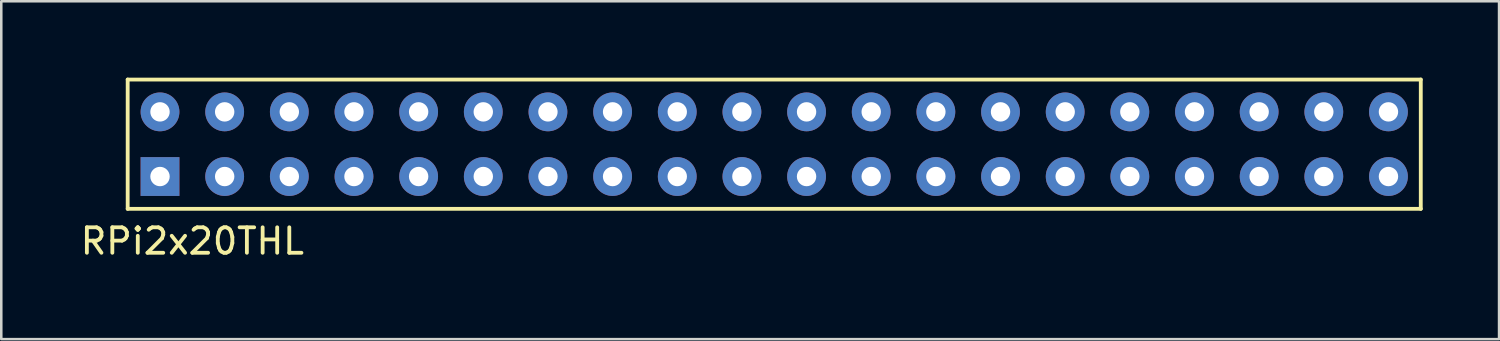
<source format=kicad_pcb>
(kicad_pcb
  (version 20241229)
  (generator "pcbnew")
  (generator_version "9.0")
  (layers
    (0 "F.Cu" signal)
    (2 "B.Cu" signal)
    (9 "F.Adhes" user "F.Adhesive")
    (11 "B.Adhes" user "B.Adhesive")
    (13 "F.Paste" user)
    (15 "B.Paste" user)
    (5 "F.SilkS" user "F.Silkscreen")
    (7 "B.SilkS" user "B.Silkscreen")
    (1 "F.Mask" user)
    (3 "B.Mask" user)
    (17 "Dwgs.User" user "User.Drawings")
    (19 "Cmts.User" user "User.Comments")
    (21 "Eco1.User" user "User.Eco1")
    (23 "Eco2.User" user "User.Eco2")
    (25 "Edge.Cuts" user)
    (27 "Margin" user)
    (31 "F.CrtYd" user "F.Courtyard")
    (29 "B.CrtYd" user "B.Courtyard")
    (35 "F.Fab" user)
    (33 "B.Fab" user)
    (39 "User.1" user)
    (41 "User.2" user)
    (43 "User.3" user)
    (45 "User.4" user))
  (footprint "RPi2x20THL"
    (layer "F.Cu")
    (at 3.236 3.885)
    (property "Reference" "RPi2x20THL" (at 1.27 2.54 0) (layer "F.SilkS") (effects (font (size 1 1) (thickness 0.15))))
    (attr through_hole)
    (fp_line (start -1.27 -3.81) (end 49.53 -3.81) (stroke (width 0.15) (type solid)) (layer "F.SilkS"))
    (fp_line (start -1.27 1.27) (end -1.27 -3.81) (stroke (width 0.15) (type solid)) (layer "F.SilkS"))
    (fp_line (start 49.53 -3.81) (end 49.53 1.27) (stroke (width 0.15) (type solid)) (layer "F.SilkS"))
    (fp_line (start 49.53 1.27) (end -1.27 1.27) (stroke (width 0.15) (type solid)) (layer "F.SilkS"))
    (pad "1" thru_hole rect (at 0 0) (size 1.524 1.524) (drill 0.762) (layers "*.Cu" "*.Mask"))
    (pad "2" thru_hole circle (at 0 -2.54) (size 1.524 1.524) (drill 0.762) (layers "*.Cu" "*.Mask"))
    (pad "3" thru_hole circle (at 2.54 0) (size 1.524 1.524) (drill 0.762) (layers "*.Cu" "*.Mask"))
    (pad "4" thru_hole circle (at 2.54 -2.54) (size 1.524 1.524) (drill 0.762) (layers "*.Cu" "*.Mask"))
    (pad "5" thru_hole circle (at 5.08 0) (size 1.524 1.524) (drill 0.762) (layers "*.Cu" "*.Mask"))
    (pad "6" thru_hole circle (at 5.08 -2.54) (size 1.524 1.524) (drill 0.762) (layers "*.Cu" "*.Mask"))
    (pad "7" thru_hole circle (at 7.62 0) (size 1.524 1.524) (drill 0.762) (layers "*.Cu" "*.Mask"))
    (pad "8" thru_hole circle (at 7.62 -2.54) (size 1.524 1.524) (drill 0.762) (layers "*.Cu" "*.Mask"))
    (pad "9" thru_hole circle (at 10.16 0) (size 1.524 1.524) (drill 0.762) (layers "*.Cu" "*.Mask"))
    (pad "10" thru_hole circle (at 10.16 -2.54) (size 1.524 1.524) (drill 0.762) (layers "*.Cu" "*.Mask"))
    (pad "11" thru_hole circle (at 12.7 0) (size 1.524 1.524) (drill 0.762) (layers "*.Cu" "*.Mask"))
    (pad "12" thru_hole circle (at 12.7 -2.54) (size 1.524 1.524) (drill 0.762) (layers "*.Cu" "*.Mask"))
    (pad "13" thru_hole circle (at 15.24 0) (size 1.524 1.524) (drill 0.762) (layers "*.Cu" "*.Mask"))
    (pad "14" thru_hole circle (at 15.24 -2.54) (size 1.524 1.524) (drill 0.762) (layers "*.Cu" "*.Mask"))
    (pad "15" thru_hole circle (at 17.78 0) (size 1.524 1.524) (drill 0.762) (layers "*.Cu" "*.Mask"))
    (pad "16" thru_hole circle (at 17.78 -2.54) (size 1.524 1.524) (drill 0.762) (layers "*.Cu" "*.Mask"))
    (pad "17" thru_hole circle (at 20.32 0) (size 1.524 1.524) (drill 0.762) (layers "*.Cu" "*.Mask"))
    (pad "18" thru_hole circle (at 20.32 -2.54) (size 1.524 1.524) (drill 0.762) (layers "*.Cu" "*.Mask"))
    (pad "19" thru_hole circle (at 22.86 0) (size 1.524 1.524) (drill 0.762) (layers "*.Cu" "*.Mask"))
    (pad "20" thru_hole circle (at 22.86 -2.54) (size 1.524 1.524) (drill 0.762) (layers "*.Cu" "*.Mask"))
    (pad "21" thru_hole circle (at 25.4 0) (size 1.524 1.524) (drill 0.762) (layers "*.Cu" "*.Mask"))
    (pad "22" thru_hole circle (at 25.4 -2.54) (size 1.524 1.524) (drill 0.762) (layers "*.Cu" "*.Mask"))
    (pad "23" thru_hole circle (at 27.94 0) (size 1.524 1.524) (drill 0.762) (layers "*.Cu" "*.Mask"))
    (pad "24" thru_hole circle (at 27.94 -2.54) (size 1.524 1.524) (drill 0.762) (layers "*.Cu" "*.Mask"))
    (pad "25" thru_hole circle (at 30.48 0) (size 1.524 1.524) (drill 0.762) (layers "*.Cu" "*.Mask"))
    (pad "26" thru_hole circle (at 30.48 -2.54) (size 1.524 1.524) (drill 0.762) (layers "*.Cu" "*.Mask"))
    (pad "27" thru_hole circle (at 33.02 0) (size 1.524 1.524) (drill 0.762) (layers "*.Cu" "*.Mask"))
    (pad "28" thru_hole circle (at 33.02 -2.54) (size 1.524 1.524) (drill 0.762) (layers "*.Cu" "*.Mask"))
    (pad "29" thru_hole circle (at 35.56 0) (size 1.524 1.524) (drill 0.762) (layers "*.Cu" "*.Mask"))
    (pad "30" thru_hole circle (at 35.56 -2.54) (size 1.524 1.524) (drill 0.762) (layers "*.Cu" "*.Mask"))
    (pad "31" thru_hole circle (at 38.1 0) (size 1.524 1.524) (drill 0.762) (layers "*.Cu" "*.Mask"))
    (pad "32" thru_hole circle (at 38.1 -2.54) (size 1.524 1.524) (drill 0.762) (layers "*.Cu" "*.Mask"))
    (pad "33" thru_hole circle (at 40.64 0) (size 1.524 1.524) (drill 0.762) (layers "*.Cu" "*.Mask"))
    (pad "34" thru_hole circle (at 40.64 -2.54) (size 1.524 1.524) (drill 0.762) (layers "*.Cu" "*.Mask"))
    (pad "35" thru_hole circle (at 43.18 0) (size 1.524 1.524) (drill 0.762) (layers "*.Cu" "*.Mask"))
    (pad "36" thru_hole circle (at 43.18 -2.54) (size 1.524 1.524) (drill 0.762) (layers "*.Cu" "*.Mask"))
    (pad "37" thru_hole circle (at 45.72 0) (size 1.524 1.524) (drill 0.762) (layers "*.Cu" "*.Mask"))
    (pad "38" thru_hole circle (at 45.72 -2.54) (size 1.524 1.524) (drill 0.762) (layers "*.Cu" "*.Mask"))
    (pad "39" thru_hole circle (at 48.26 0) (size 1.524 1.524) (drill 0.762) (layers "*.Cu" "*.Mask"))
    (pad "40" thru_hole circle (at 48.26 -2.54) (size 1.524 1.524) (drill 0.762) (layers "*.Cu" "*.Mask")))
  (gr_rect
    (start -3 -3)
    (end 55.841 10.273)
    (stroke (width 0.1) (type default))
    (fill no)
    (layer "Edge.Cuts")))
</source>
